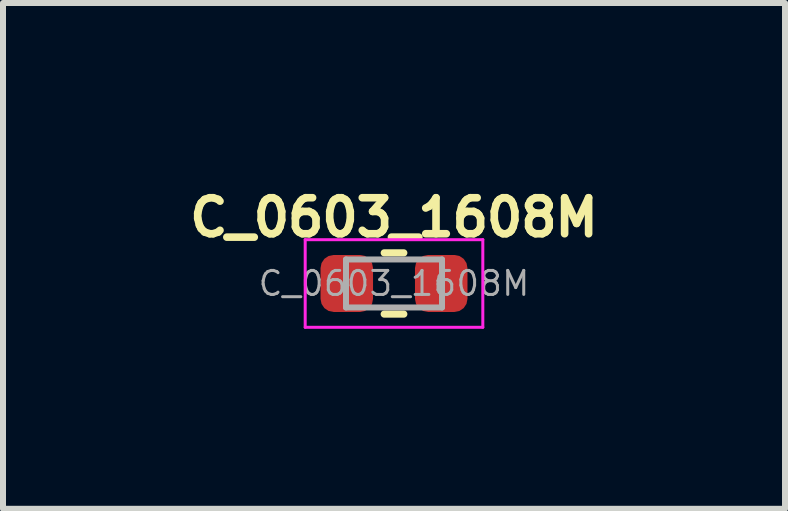
<source format=kicad_pcb>
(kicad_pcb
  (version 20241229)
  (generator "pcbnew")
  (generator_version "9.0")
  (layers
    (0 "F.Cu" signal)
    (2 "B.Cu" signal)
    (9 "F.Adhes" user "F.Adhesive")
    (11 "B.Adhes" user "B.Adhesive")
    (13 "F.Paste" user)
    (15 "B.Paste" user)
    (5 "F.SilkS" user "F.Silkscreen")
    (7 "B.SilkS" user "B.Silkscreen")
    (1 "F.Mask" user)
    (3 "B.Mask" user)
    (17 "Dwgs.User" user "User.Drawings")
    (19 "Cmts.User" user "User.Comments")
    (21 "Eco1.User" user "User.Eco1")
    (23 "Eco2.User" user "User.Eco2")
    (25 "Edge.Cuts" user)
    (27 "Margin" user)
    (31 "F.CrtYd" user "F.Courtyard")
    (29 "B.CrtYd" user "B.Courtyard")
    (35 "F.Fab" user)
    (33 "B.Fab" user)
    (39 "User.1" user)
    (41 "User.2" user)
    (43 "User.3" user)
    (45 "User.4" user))
  (footprint "C_0603_1608M"
    (layer "F.Cu")
    (at 3.516 1.674)
    (property "Reference" "C_0603_1608M" (at 0 -1.1 0) (layer "F.SilkS") (effects (font (size 0.6 0.6) (thickness 0.127))))
    (attr smd)
    (fp_line (start -0.163 -0.51) (end 0.163 -0.51) (stroke (width 0.12) (type solid)) (layer "F.SilkS"))
    (fp_line (start -0.163 0.51) (end 0.163 0.51) (stroke (width 0.12) (type solid)) (layer "F.SilkS"))
    (fp_line (start -1.48 -0.73) (end 1.48 -0.73) (stroke (width 0.05) (type solid)) (layer "F.CrtYd"))
    (fp_line (start -1.48 0.73) (end -1.48 -0.73) (stroke (width 0.05) (type solid)) (layer "F.CrtYd"))
    (fp_line (start 1.48 -0.73) (end 1.48 0.73) (stroke (width 0.05) (type solid)) (layer "F.CrtYd"))
    (fp_line (start 1.48 0.73) (end -1.48 0.73) (stroke (width 0.05) (type solid)) (layer "F.CrtYd"))
    (fp_line (start -0.8 -0.4) (end 0.8 -0.4) (stroke (width 0.1) (type solid)) (layer "F.Fab"))
    (fp_line (start -0.8 0.4) (end -0.8 -0.4) (stroke (width 0.1) (type solid)) (layer "F.Fab"))
    (fp_line (start 0.8 -0.4) (end 0.8 0.4) (stroke (width 0.1) (type solid)) (layer "F.Fab"))
    (fp_line (start 0.8 0.4) (end -0.8 0.4) (stroke (width 0.1) (type solid)) (layer "F.Fab"))
    (fp_text user "${REFERENCE}" (at 0 0 0) (layer "F.Fab") (effects (font (size 0.4 0.4) (thickness 0.05))))
    (pad "1" smd roundrect (at -0.787 0) (size 0.875 0.95) (layers "F.Cu" "F.Mask" "F.Paste") (roundrect_rratio 0.25))
    (pad "2" smd roundrect (at 0.787 0) (size 0.875 0.95) (layers "F.Cu" "F.Mask" "F.Paste") (roundrect_rratio 0.25)))
  (gr_rect
    (start -3 -3)
    (end 10.032 5.429)
    (stroke (width 0.1) (type default))
    (fill no)
    (layer "Edge.Cuts")))
</source>
